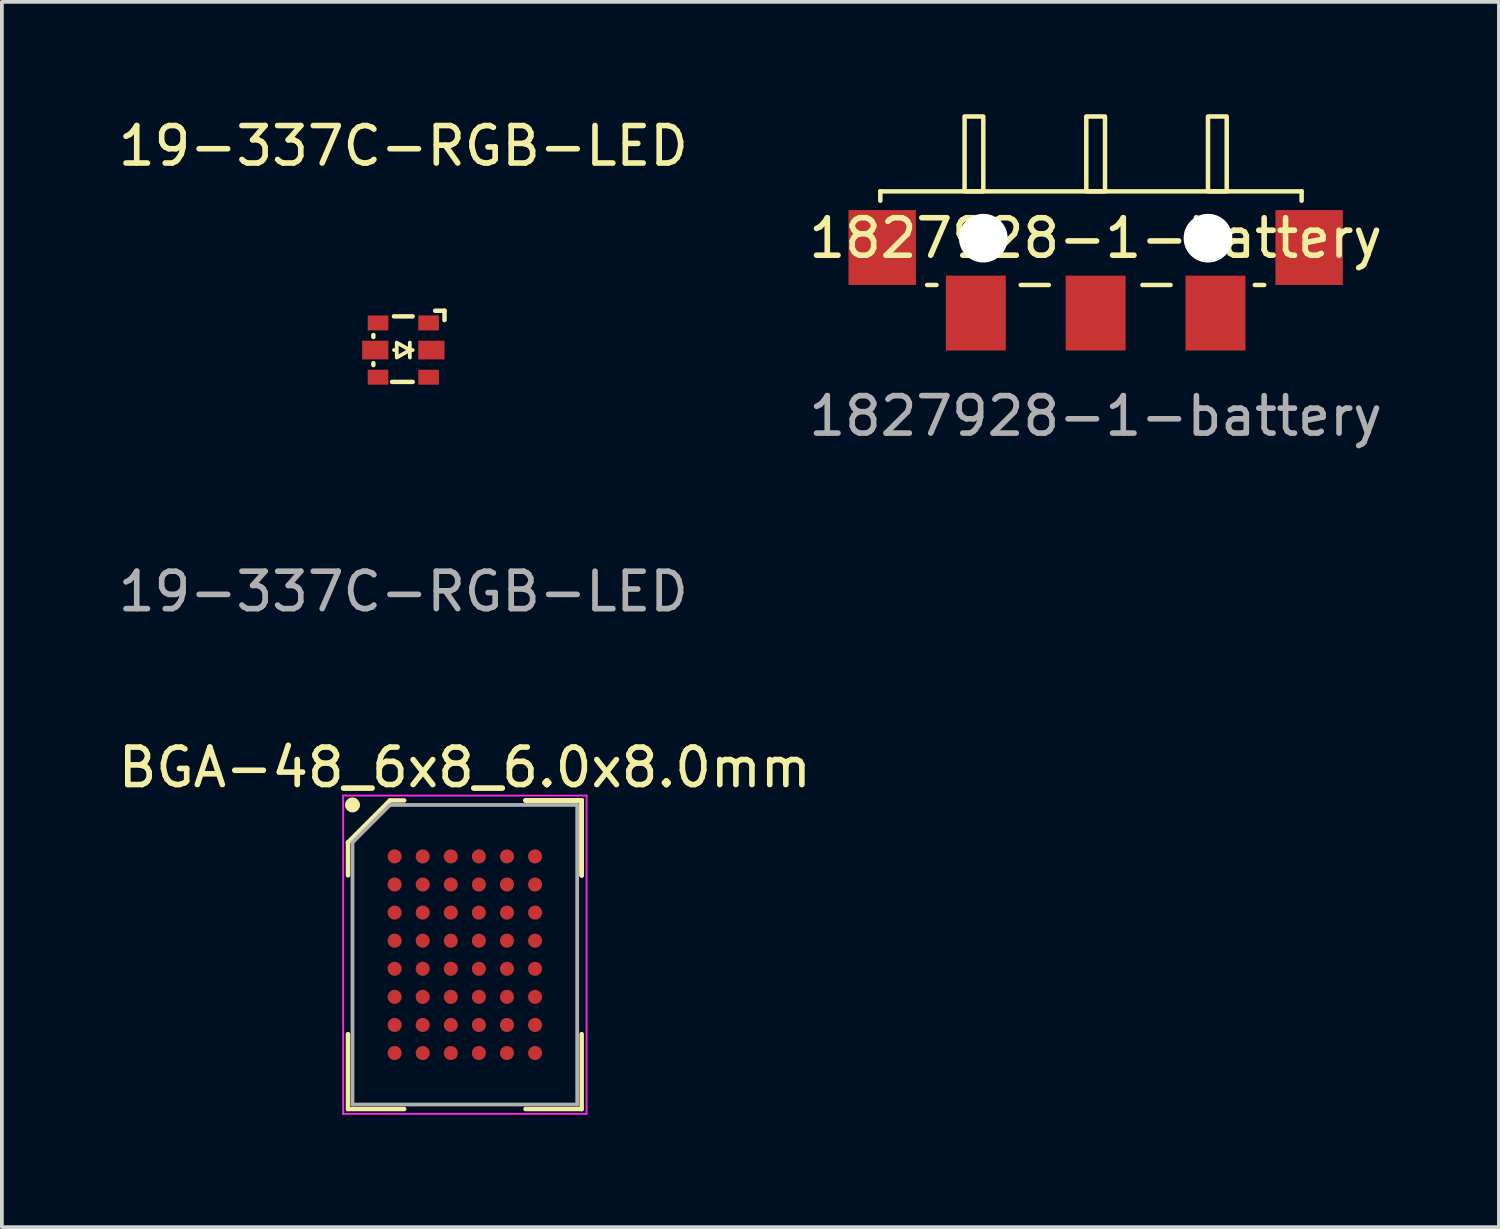
<source format=kicad_pcb>
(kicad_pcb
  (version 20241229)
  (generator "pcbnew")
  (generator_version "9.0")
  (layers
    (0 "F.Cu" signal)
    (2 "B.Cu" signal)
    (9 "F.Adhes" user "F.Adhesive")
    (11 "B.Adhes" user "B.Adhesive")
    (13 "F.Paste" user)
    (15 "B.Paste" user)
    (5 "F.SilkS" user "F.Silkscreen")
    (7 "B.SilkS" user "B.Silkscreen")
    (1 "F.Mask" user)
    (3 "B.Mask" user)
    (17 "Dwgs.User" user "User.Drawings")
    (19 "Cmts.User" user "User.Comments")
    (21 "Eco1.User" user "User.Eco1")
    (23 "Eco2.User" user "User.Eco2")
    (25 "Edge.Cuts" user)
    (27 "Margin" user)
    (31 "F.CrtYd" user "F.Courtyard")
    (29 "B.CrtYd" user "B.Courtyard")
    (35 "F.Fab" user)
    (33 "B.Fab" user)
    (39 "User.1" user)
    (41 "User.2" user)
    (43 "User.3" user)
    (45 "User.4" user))
  (footprint "19-337C-RGB-LED"
    (layer "F.Cu")
    (at 7.72 6.298)
    (property "Reference" "19-337C-RGB-LED" (at 0 -5.45 0) (unlocked yes) (layer "F.SilkS") (effects (font (size 1 1) (thickness 0.15))))
    (fp_line (start -0.8 -0.4) (end -0.8 -0.35) (stroke (width 0.12) (type solid)) (layer "F.SilkS"))
    (fp_line (start -0.8 0.35) (end -0.8 0.4) (stroke (width 0.12) (type solid)) (layer "F.SilkS"))
    (fp_line (start -0.3 0.85) (end 0.25 0.85) (stroke (width 0.12) (type solid)) (layer "F.SilkS"))
    (fp_line (start -0.25 -0.9) (end 0.25 -0.9) (stroke (width 0.12) (type solid)) (layer "F.SilkS"))
    (fp_line (start -0.2 0) (end -0.25 0) (stroke (width 0.1) (type solid)) (layer "F.SilkS"))
    (fp_line (start 0.175 0) (end 0.25 0) (stroke (width 0.1) (type solid)) (layer "F.SilkS"))
    (fp_line (start 0.175 0.2) (end 0.175 -0.2) (stroke (width 0.1) (type solid)) (layer "F.SilkS"))
    (fp_line (start 0.85 -1.05) (end 1.1 -1.05) (stroke (width 0.12) (type solid)) (layer "F.SilkS"))
    (fp_line (start 1.1 -1.05) (end 1.1 -0.8) (stroke (width 0.12) (type solid)) (layer "F.SilkS"))
    (fp_poly (pts (xy 0.175 0) (xy -0.175 0.2) (xy -0.175 -0.2)) (stroke (width 0.1) (type solid)) (fill no) (layer "F.SilkS"))
    (fp_text user "${REFERENCE}" (at 0 6.45 0) (unlocked yes) (layer "F.Fab") (effects (font (size 1 1) (thickness 0.15))))
    (pad "1" smd rect (at 0.675 -0.725) (size 0.55 0.4) (layers "F.Cu" "F.Mask" "F.Paste"))
    (pad "2" smd rect (at -0.675 -0.725) (size 0.55 0.4) (layers "F.Cu" "F.Mask" "F.Paste"))
    (pad "3" smd rect (at 0.75 0) (size 0.7 0.5) (layers "F.Cu" "F.Mask" "F.Paste"))
    (pad "4" smd rect (at -0.75 0) (size 0.7 0.5) (layers "F.Cu" "F.Mask" "F.Paste"))
    (pad "5" smd rect (at 0.675 0.725) (size 0.55 0.4) (layers "F.Cu" "F.Mask" "F.Paste"))
    (pad "6" smd rect (at -0.675 0.725) (size 0.55 0.4) (layers "F.Cu" "F.Mask" "F.Paste")))
  (footprint "BGA-48_6x8_6.0x8.0mm"
    (layer "F.Cu")
    (at 9.363 22.445)
    (property "Reference" "BGA-48_6x8_6.0x8.0mm" (at 0 -5 0) (layer "F.SilkS") (effects (font (size 1 1) (thickness 0.15))))
    (attr through_hole)
    (fp_line (start -3.12 -3) (end -3.12 -2.12) (stroke (width 0.12) (type solid)) (layer "F.SilkS"))
    (fp_line (start -3.12 4.12) (end -3.12 2.12) (stroke (width 0.12) (type solid)) (layer "F.SilkS"))
    (fp_line (start -2 -4.12) (end -3.12 -3) (stroke (width 0.12) (type solid)) (layer "F.SilkS"))
    (fp_line (start -1.62 -4.12) (end -2 -4.12) (stroke (width 0.12) (type solid)) (layer "F.SilkS"))
    (fp_line (start -1.62 4.12) (end -3.12 4.12) (stroke (width 0.12) (type solid)) (layer "F.SilkS"))
    (fp_line (start 1.62 -4.12) (end 3.12 -4.12) (stroke (width 0.12) (type solid)) (layer "F.SilkS"))
    (fp_line (start 1.62 -4.12) (end 3.12 -4.12) (stroke (width 0.12) (type solid)) (layer "F.SilkS"))
    (fp_line (start 1.62 -4.12) (end 3.12 -4.12) (stroke (width 0.12) (type solid)) (layer "F.SilkS"))
    (fp_line (start 1.62 4.12) (end 3.12 4.12) (stroke (width 0.12) (type solid)) (layer "F.SilkS"))
    (fp_line (start 3.12 -4.12) (end 3.12 -2.12) (stroke (width 0.12) (type solid)) (layer "F.SilkS"))
    (fp_line (start 3.12 -4.12) (end 3.12 -2.12) (stroke (width 0.12) (type solid)) (layer "F.SilkS"))
    (fp_line (start 3.12 -4.12) (end 3.12 -2.12) (stroke (width 0.12) (type solid)) (layer "F.SilkS"))
    (fp_line (start 3.12 4.12) (end 3.12 2.12) (stroke (width 0.12) (type solid)) (layer "F.SilkS"))
    (fp_circle (center -3 -4) (end -3 -3.9) (stroke (width 0.2) (type solid)) (fill no) (layer "F.SilkS"))
    (fp_line (start -3.25 -4.25) (end 3.25 -4.25) (stroke (width 0.05) (type solid)) (layer "F.CrtYd"))
    (fp_line (start -3.25 4.25) (end -3.25 -4.25) (stroke (width 0.05) (type solid)) (layer "F.CrtYd"))
    (fp_line (start 3.25 -4.25) (end 3.25 4.25) (stroke (width 0.05) (type solid)) (layer "F.CrtYd"))
    (fp_line (start 3.25 4.25) (end -3.25 4.25) (stroke (width 0.05) (type solid)) (layer "F.CrtYd"))
    (fp_line (start -3 -3) (end -3 4) (stroke (width 0.1) (type solid)) (layer "F.Fab"))
    (fp_line (start -3 4) (end 3 4) (stroke (width 0.1) (type solid)) (layer "F.Fab"))
    (fp_line (start -2 -4) (end -3 -3) (stroke (width 0.1) (type solid)) (layer "F.Fab"))
    (fp_line (start 3 -4) (end -2 -4) (stroke (width 0.1) (type solid)) (layer "F.Fab"))
    (fp_line (start 3 4) (end 3 -4) (stroke (width 0.1) (type solid)) (layer "F.Fab"))
    (pad "A1" smd circle (at -1.875 -2.625) (size 0.375 0.375) (layers "F.Cu" "F.Mask" "F.Paste"))
    (pad "A2" smd circle (at -1.125 -2.625) (size 0.375 0.375) (layers "F.Cu" "F.Mask" "F.Paste"))
    (pad "A3" smd circle (at -0.375 -2.625) (size 0.375 0.375) (layers "F.Cu" "F.Mask" "F.Paste"))
    (pad "A4" smd circle (at 0.375 -2.625) (size 0.375 0.375) (layers "F.Cu" "F.Mask" "F.Paste"))
    (pad "A5" smd circle (at 1.125 -2.625) (size 0.375 0.375) (layers "F.Cu" "F.Mask" "F.Paste"))
    (pad "A6" smd circle (at 1.875 -2.625) (size 0.375 0.375) (layers "F.Cu" "F.Mask" "F.Paste"))
    (pad "B1" smd circle (at -1.875 -1.875) (size 0.375 0.375) (layers "F.Cu" "F.Mask" "F.Paste"))
    (pad "B2" smd circle (at -1.125 -1.875) (size 0.375 0.375) (layers "F.Cu" "F.Mask" "F.Paste"))
    (pad "B3" smd circle (at -0.375 -1.875) (size 0.375 0.375) (layers "F.Cu" "F.Mask" "F.Paste"))
    (pad "B4" smd circle (at 0.375 -1.875) (size 0.375 0.375) (layers "F.Cu" "F.Mask" "F.Paste"))
    (pad "B5" smd circle (at 1.125 -1.875) (size 0.375 0.375) (layers "F.Cu" "F.Mask" "F.Paste"))
    (pad "B6" smd circle (at 1.875 -1.875) (size 0.375 0.375) (layers "F.Cu" "F.Mask" "F.Paste"))
    (pad "C1" smd circle (at -1.875 -1.125) (size 0.375 0.375) (layers "F.Cu" "F.Mask" "F.Paste"))
    (pad "C2" smd circle (at -1.125 -1.125) (size 0.375 0.375) (layers "F.Cu" "F.Mask" "F.Paste"))
    (pad "C3" smd circle (at -0.375 -1.125) (size 0.375 0.375) (layers "F.Cu" "F.Mask" "F.Paste"))
    (pad "C4" smd circle (at 0.375 -1.125) (size 0.375 0.375) (layers "F.Cu" "F.Mask" "F.Paste"))
    (pad "C5" smd circle (at 1.125 -1.125) (size 0.375 0.375) (layers "F.Cu" "F.Mask" "F.Paste"))
    (pad "C6" smd circle (at 1.875 -1.125) (size 0.375 0.375) (layers "F.Cu" "F.Mask" "F.Paste"))
    (pad "D1" smd circle (at -1.875 -0.375) (size 0.375 0.375) (layers "F.Cu" "F.Mask" "F.Paste"))
    (pad "D2" smd circle (at -1.125 -0.375) (size 0.375 0.375) (layers "F.Cu" "F.Mask" "F.Paste"))
    (pad "D3" smd circle (at -0.375 -0.375) (size 0.375 0.375) (layers "F.Cu" "F.Mask" "F.Paste"))
    (pad "D4" smd circle (at 0.375 -0.375) (size 0.375 0.375) (layers "F.Cu" "F.Mask" "F.Paste"))
    (pad "D5" smd circle (at 1.125 -0.375) (size 0.375 0.375) (layers "F.Cu" "F.Mask" "F.Paste"))
    (pad "D6" smd circle (at 1.875 -0.375) (size 0.375 0.375) (layers "F.Cu" "F.Mask" "F.Paste"))
    (pad "E1" smd circle (at -1.875 0.375) (size 0.375 0.375) (layers "F.Cu" "F.Mask" "F.Paste"))
    (pad "E2" smd circle (at -1.125 0.375) (size 0.375 0.375) (layers "F.Cu" "F.Mask" "F.Paste"))
    (pad "E3" smd circle (at -0.375 0.375) (size 0.375 0.375) (layers "F.Cu" "F.Mask" "F.Paste"))
    (pad "E4" smd circle (at 0.375 0.375) (size 0.375 0.375) (layers "F.Cu" "F.Mask" "F.Paste"))
    (pad "E5" smd circle (at 1.125 0.375) (size 0.375 0.375) (layers "F.Cu" "F.Mask" "F.Paste"))
    (pad "E6" smd circle (at 1.875 0.375) (size 0.375 0.375) (layers "F.Cu" "F.Mask" "F.Paste"))
    (pad "F1" smd circle (at -1.875 1.125) (size 0.375 0.375) (layers "F.Cu" "F.Mask" "F.Paste"))
    (pad "F2" smd circle (at -1.125 1.125) (size 0.375 0.375) (layers "F.Cu" "F.Mask" "F.Paste"))
    (pad "F3" smd circle (at -0.375 1.125) (size 0.375 0.375) (layers "F.Cu" "F.Mask" "F.Paste"))
    (pad "F4" smd circle (at 0.375 1.125) (size 0.375 0.375) (layers "F.Cu" "F.Mask" "F.Paste"))
    (pad "F5" smd circle (at 1.125 1.125) (size 0.375 0.375) (layers "F.Cu" "F.Mask" "F.Paste"))
    (pad "F6" smd circle (at 1.875 1.125) (size 0.375 0.375) (layers "F.Cu" "F.Mask" "F.Paste"))
    (pad "G1" smd circle (at -1.875 1.875) (size 0.375 0.375) (layers "F.Cu" "F.Mask" "F.Paste"))
    (pad "G2" smd circle (at -1.125 1.875) (size 0.375 0.375) (layers "F.Cu" "F.Mask" "F.Paste"))
    (pad "G3" smd circle (at -0.375 1.875) (size 0.375 0.375) (layers "F.Cu" "F.Mask" "F.Paste"))
    (pad "G4" smd circle (at 0.375 1.875) (size 0.375 0.375) (layers "F.Cu" "F.Mask" "F.Paste"))
    (pad "G5" smd circle (at 1.125 1.875) (size 0.375 0.375) (layers "F.Cu" "F.Mask" "F.Paste"))
    (pad "G6" smd circle (at 1.875 1.875) (size 0.375 0.375) (layers "F.Cu" "F.Mask" "F.Paste"))
    (pad "H1" smd circle (at -1.875 2.625) (size 0.375 0.375) (layers "F.Cu" "F.Mask" "F.Paste"))
    (pad "H2" smd circle (at -1.125 2.625) (size 0.375 0.375) (layers "F.Cu" "F.Mask" "F.Paste"))
    (pad "H3" smd circle (at -0.375 2.625) (size 0.375 0.375) (layers "F.Cu" "F.Mask" "F.Paste"))
    (pad "H4" smd circle (at 0.375 2.625) (size 0.375 0.375) (layers "F.Cu" "F.Mask" "F.Paste"))
    (pad "H5" smd circle (at 1.125 2.625) (size 0.375 0.375) (layers "F.Cu" "F.Mask" "F.Paste"))
    (pad "H6" smd circle (at 1.875 2.625) (size 0.375 0.375) (layers "F.Cu" "F.Mask" "F.Paste")))
  (footprint "1827928-1-battery"
    (layer "F.Cu")
    (at 26.208 3.31)
    (property "Reference" "1827928-1-battery" (at 0 0 0) (unlocked yes) (layer "F.SilkS") (effects (font (size 1 1) (thickness 0.15))))
    (fp_line (start -5.75 -1.25) (end 5.5 -1.25) (stroke (width 0.12) (type solid)) (layer "F.SilkS"))
    (fp_line (start -5.75 -1) (end -5.75 -1.25) (stroke (width 0.12) (type solid)) (layer "F.SilkS"))
    (fp_line (start -4.25 1.25) (end -4.5 1.25) (stroke (width 0.12) (type solid)) (layer "F.SilkS"))
    (fp_line (start -2 1.25) (end -1.25 1.25) (stroke (width 0.12) (type solid)) (layer "F.SilkS"))
    (fp_line (start 1.25 1.25) (end 2 1.25) (stroke (width 0.12) (type solid)) (layer "F.SilkS"))
    (fp_line (start 4.25 1.25) (end 4.5 1.25) (stroke (width 0.12) (type solid)) (layer "F.SilkS"))
    (fp_line (start 5.5 -1.25) (end 5.5 -1) (stroke (width 0.12) (type solid)) (layer "F.SilkS"))
    (fp_rect (start -3.5 -1.25) (end -3 -3.25) (stroke (width 0.12) (type solid)) (fill no) (layer "F.SilkS"))
    (fp_rect (start -0.25 -1.25) (end 0.25 -3.25) (stroke (width 0.12) (type solid)) (fill no) (layer "F.SilkS"))
    (fp_rect (start 3 -1.25) (end 3.5 -3.25) (stroke (width 0.12) (type solid)) (fill no) (layer "F.SilkS"))
    (fp_text user "${REFERENCE}" (at 0 4.75 0) (unlocked yes) (layer "F.Fab") (effects (font (size 1 1) (thickness 0.15))))
    (pad "" np_thru_hole circle (at -3 0) (size 1.3 1.3) (drill 1.3) (layers "*.Cu" "*.Mask"))
    (pad "" np_thru_hole circle (at 3 0) (size 1.3 1.3) (drill 1.3) (layers "*.Cu" "*.Mask"))
    (pad "1" smd rect (at 3.2 2) (size 1.6 2) (layers "F.Cu" "F.Mask" "F.Paste"))
    (pad "2" smd rect (at 0 2) (size 1.6 2) (layers "F.Cu" "F.Mask" "F.Paste"))
    (pad "3" smd rect (at -3.2 2) (size 1.6 2) (layers "F.Cu" "F.Mask" "F.Paste"))
    (pad "~" smd rect (at -5.7 0.25) (size 1.8 2) (layers "F.Cu" "F.Mask" "F.Paste"))
    (pad "~" smd rect (at 5.7 0.25) (size 1.8 2) (layers "F.Cu" "F.Mask" "F.Paste")))
  (gr_rect
    (start -3 -3)
    (end 36.976 29.72)
    (stroke (width 0.1) (type default))
    (fill no)
    (layer "Edge.Cuts")))
</source>
